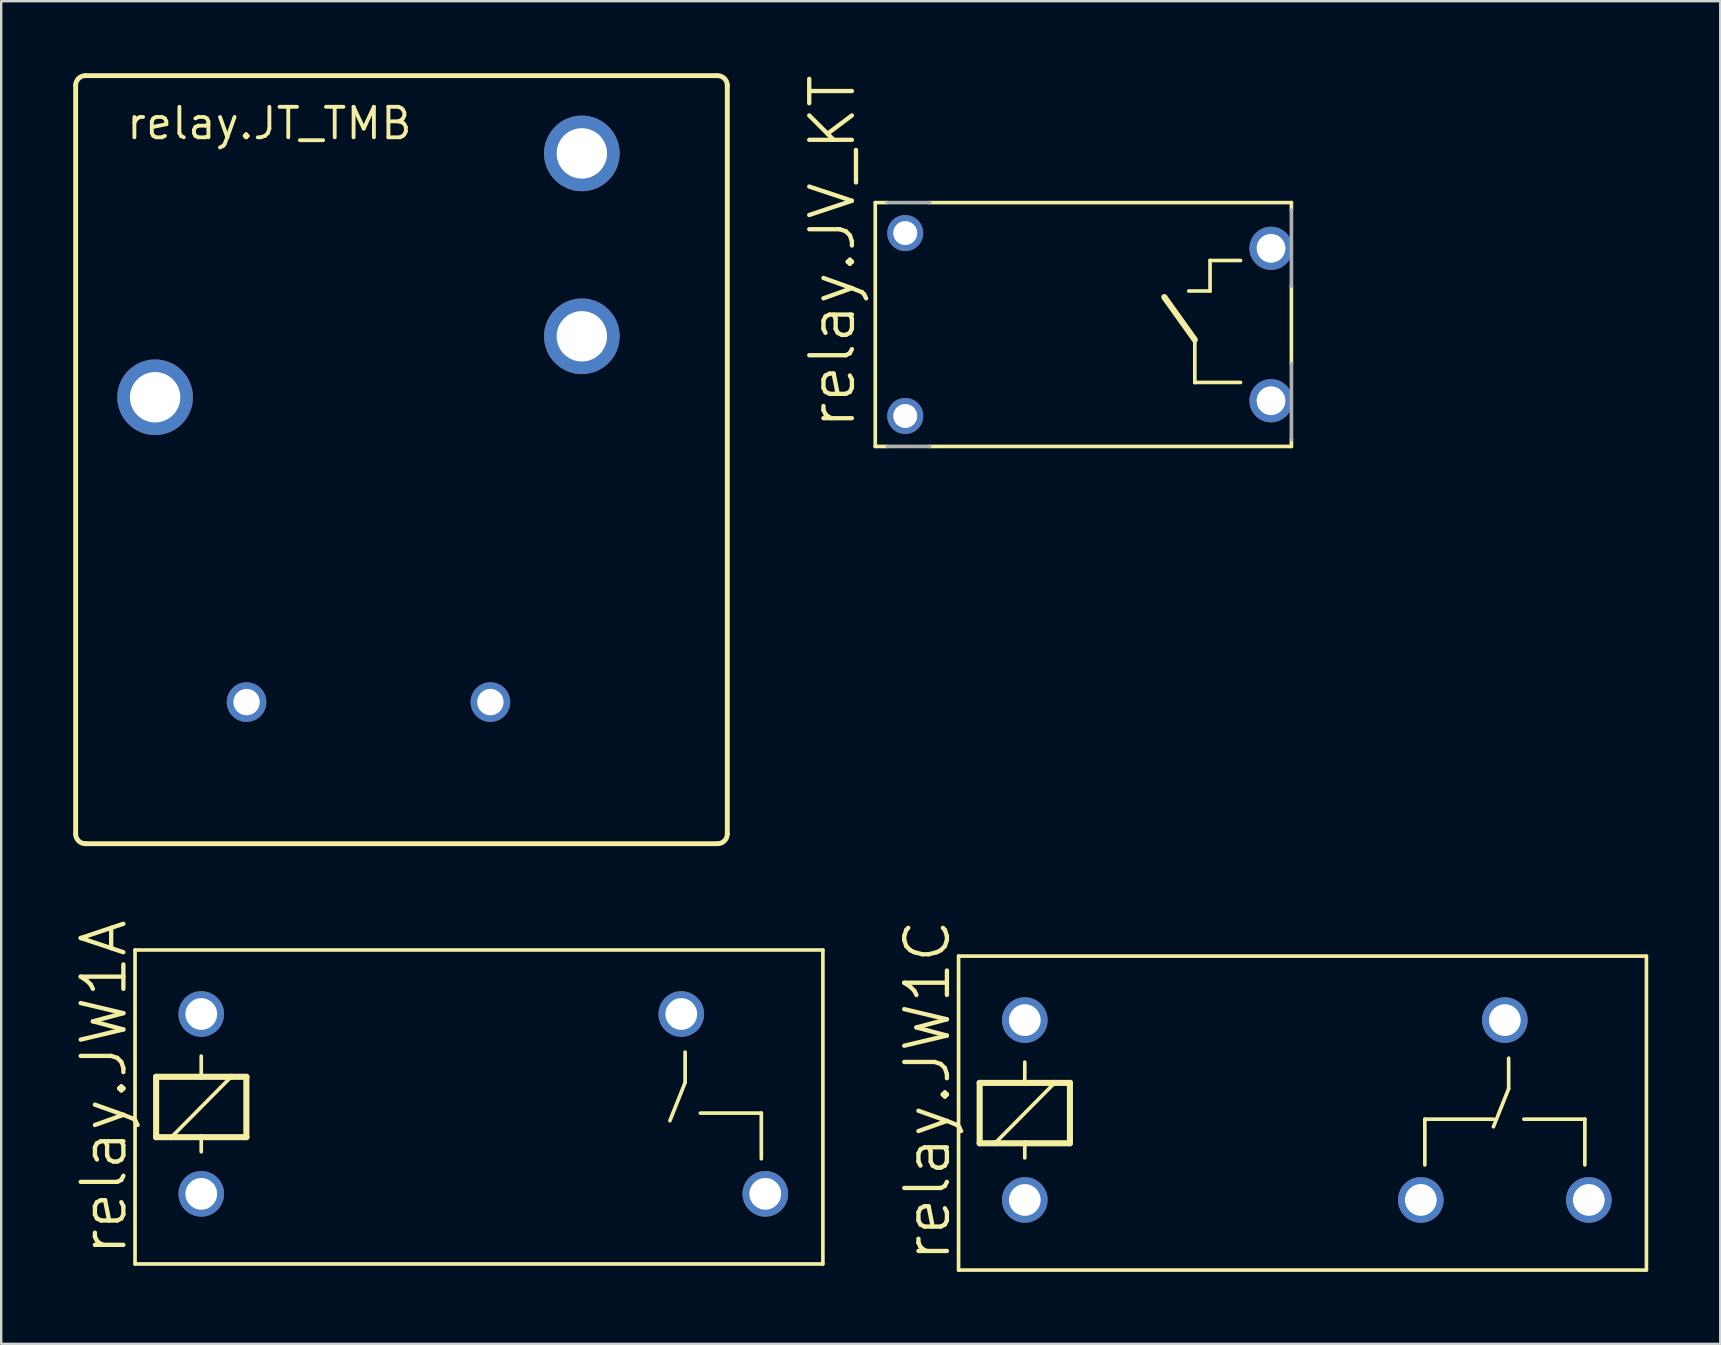
<source format=kicad_pcb>
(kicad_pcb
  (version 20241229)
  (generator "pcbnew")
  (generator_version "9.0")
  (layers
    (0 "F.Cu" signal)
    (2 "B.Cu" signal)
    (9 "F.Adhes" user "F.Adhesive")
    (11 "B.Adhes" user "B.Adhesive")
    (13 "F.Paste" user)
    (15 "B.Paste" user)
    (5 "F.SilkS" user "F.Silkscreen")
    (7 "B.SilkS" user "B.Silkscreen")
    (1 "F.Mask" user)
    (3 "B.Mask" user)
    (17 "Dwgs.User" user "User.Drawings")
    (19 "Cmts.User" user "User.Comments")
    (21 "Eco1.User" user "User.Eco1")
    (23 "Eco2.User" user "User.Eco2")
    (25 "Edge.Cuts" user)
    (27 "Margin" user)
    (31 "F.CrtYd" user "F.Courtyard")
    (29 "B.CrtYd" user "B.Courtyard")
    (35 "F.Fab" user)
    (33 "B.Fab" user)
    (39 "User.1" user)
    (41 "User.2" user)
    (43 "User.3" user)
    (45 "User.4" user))
  (footprint "relay.JT_TMB"
    (layer "F.Cu")
    (at 12.302 26.202)
    (property "Reference" "relay.JT_TMB" (at -10.16 -23.368 0) (layer "F.SilkS") (effects (font (size 1.27 1.27) (thickness 0.16)) (justify left bottom)))
    (attr through_hole)
    (fp_line (start -12.2 5.494) (end -12.2 -25.694) (stroke (width 0.203) (type default)) (layer "F.SilkS"))
    (fp_line (start -11.794 -26.1) (end 14.544 -26.1) (stroke (width 0.203) (type default)) (layer "F.SilkS"))
    (fp_line (start 14.544 5.9) (end -11.794 5.9) (stroke (width 0.203) (type default)) (layer "F.SilkS"))
    (fp_line (start 14.95 -25.694) (end 14.95 5.494) (stroke (width 0.203) (type default)) (layer "F.SilkS"))
    (fp_arc (start -12.2 -25.6936) (mid -12.080968 -25.980968) (end -11.7936 -26.1) (stroke (width 0.2032) (type default)) (layer "F.SilkS"))
    (fp_arc (start -11.7936 5.9) (mid -12.080968 5.780968) (end -12.2 5.4936) (stroke (width 0.2032) (type default)) (layer "F.SilkS"))
    (fp_arc (start 14.5436 -26.1) (mid 14.830968 -25.980968) (end 14.95 -25.6936) (stroke (width 0.2032) (type default)) (layer "F.SilkS"))
    (fp_arc (start 14.95 5.4936) (mid 14.830968 5.780968) (end 14.5436 5.9) (stroke (width 0.2032) (type default)) (layer "F.SilkS"))
    (pad "1" thru_hole circle (at 5.08 0 180) (size 1.65 1.65) (drill 1.1) (layers "*.Cu" "*.Mask"))
    (pad "2" thru_hole circle (at -5.08 0 180) (size 1.65 1.65) (drill 1.1) (layers "*.Cu" "*.Mask"))
    (pad "C" thru_hole circle (at -8.89 -12.7 180) (size 3.15 3.15) (drill 2.1) (layers "*.Cu" "*.Mask"))
    (pad "NC" thru_hole circle (at 8.89 -22.86 180) (size 3.15 3.15) (drill 2.1) (layers "*.Cu" "*.Mask"))
    (pad "NO" thru_hole circle (at 8.89 -15.24 180) (size 3.15 3.15) (drill 2.1) (layers "*.Cu" "*.Mask")))
  (footprint "relay.JW1A"
    (layer "F.Cu")
    (at 15.335 43.008)
    (property "Reference" "relay.JW1A" (at -13.018 6.35 90) (layer "F.SilkS") (effects (font (size 1.778 1.778) (thickness 0.18)) (justify left bottom)))
    (attr through_hole)
    (fp_line (start -12.759 6.604) (end -12.759 -6.477) (stroke (width 0.152) (type default)) (layer "F.SilkS"))
    (fp_line (start -12.759 6.604) (end 15.9 6.604) (stroke (width 0.152) (type default)) (layer "F.SilkS"))
    (fp_line (start -11.88 -1.194) (end -10 -1.194) (stroke (width 0.254) (type default)) (layer "F.SilkS"))
    (fp_line (start -11.88 1.321) (end -11.88 -1.194) (stroke (width 0.254) (type default)) (layer "F.SilkS"))
    (fp_line (start -11.245 1.321) (end -11.88 1.321) (stroke (width 0.254) (type default)) (layer "F.SilkS"))
    (fp_line (start -10 -2.057) (end -10 -1.194) (stroke (width 0.152) (type default)) (layer "F.SilkS"))
    (fp_line (start -10 -1.194) (end -8.755 -1.194) (stroke (width 0.254) (type default)) (layer "F.SilkS"))
    (fp_line (start -10 1.321) (end -11.245 1.321) (stroke (width 0.254) (type default)) (layer "F.SilkS"))
    (fp_line (start -10 1.321) (end -10 1.93) (stroke (width 0.152) (type default)) (layer "F.SilkS"))
    (fp_line (start -8.755 -1.194) (end -11.245 1.321) (stroke (width 0.152) (type default)) (layer "F.SilkS"))
    (fp_line (start -8.755 -1.194) (end -8.12 -1.194) (stroke (width 0.254) (type default)) (layer "F.SilkS"))
    (fp_line (start -8.12 -1.194) (end -8.12 1.321) (stroke (width 0.254) (type default)) (layer "F.SilkS"))
    (fp_line (start -8.12 1.321) (end -10 1.321) (stroke (width 0.254) (type default)) (layer "F.SilkS"))
    (fp_line (start 9.525 0.635) (end 10.16 -0.953) (stroke (width 0.152) (type default)) (layer "F.SilkS"))
    (fp_line (start 10.16 -2.223) (end 10.16 -0.953) (stroke (width 0.152) (type default)) (layer "F.SilkS"))
    (fp_line (start 10.795 0.318) (end 13.335 0.318) (stroke (width 0.152) (type default)) (layer "F.SilkS"))
    (fp_line (start 13.335 0.318) (end 13.335 2.223) (stroke (width 0.152) (type default)) (layer "F.SilkS"))
    (fp_line (start 15.9 -6.477) (end -12.759 -6.477) (stroke (width 0.152) (type default)) (layer "F.SilkS"))
    (fp_line (start 15.9 -6.477) (end 15.9 6.604) (stroke (width 0.152) (type default)) (layer "F.SilkS"))
    (pad "1" thru_hole circle (at -10 3.683) (size 1.9 1.9) (drill 1.321) (layers "*.Cu" "*.Mask"))
    (pad "4" thru_hole circle (at 13.5 3.683) (size 1.9 1.9) (drill 1.321) (layers "*.Cu" "*.Mask"))
    (pad "6" thru_hole circle (at 10 -3.81) (size 1.9 1.9) (drill 1.321) (layers "*.Cu" "*.Mask"))
    (pad "8" thru_hole circle (at -10 -3.81) (size 1.9 1.9) (drill 1.321) (layers "*.Cu" "*.Mask")))
  (footprint "relay.JV_KT"
    (layer "F.Cu")
    (at 42.286 10.471)
    (property "Reference" "relay.JV_KT" (at -9.615 4.445 90) (layer "F.SilkS") (effects (font (size 1.778 1.778) (thickness 0.18)) (justify left bottom)))
    (attr through_hole)
    (fp_line (start -8.869 -5.08) (end -8.361 -5.08) (stroke (width 0.152) (type default)) (layer "F.SilkS"))
    (fp_line (start -8.869 5.08) (end -8.869 -5.08) (stroke (width 0.152) (type default)) (layer "F.SilkS"))
    (fp_line (start -8.361 5.08) (end -8.869 5.08) (stroke (width 0.152) (type default)) (layer "F.SilkS"))
    (fp_line (start -6.604 5.08) (end 8.469 5.08) (stroke (width 0.152) (type default)) (layer "F.SilkS"))
    (fp_line (start 4.445 0.635) (end 3.175 -1.143) (stroke (width 0.254) (type default)) (layer "F.SilkS"))
    (fp_line (start 4.445 2.419) (end 4.445 0.635) (stroke (width 0.152) (type default)) (layer "F.SilkS"))
    (fp_line (start 5.08 -2.669) (end 5.08 -1.397) (stroke (width 0.152) (type default)) (layer "F.SilkS"))
    (fp_line (start 5.08 -1.397) (end 4.191 -1.397) (stroke (width 0.152) (type default)) (layer "F.SilkS"))
    (fp_line (start 6.35 -2.667) (end 5.076 -2.667) (stroke (width 0.152) (type default)) (layer "F.SilkS"))
    (fp_line (start 6.35 2.413) (end 4.441 2.413) (stroke (width 0.152) (type default)) (layer "F.SilkS"))
    (fp_line (start 8.469 -5.08) (end -6.604 -5.08) (stroke (width 0.152) (type default)) (layer "F.SilkS"))
    (fp_line (start 8.469 -5.08) (end 8.469 -4.755) (stroke (width 0.152) (type default)) (layer "F.SilkS"))
    (fp_line (start 8.469 -1.62) (end 8.469 1.645) (stroke (width 0.152) (type default)) (layer "F.SilkS"))
    (fp_line (start 8.469 4.78) (end 8.469 5.08) (stroke (width 0.152) (type default)) (layer "F.SilkS"))
    (fp_line (start -6.604 -5.08) (end -8.361 -5.08) (stroke (width 0.152) (type default)) (layer "F.Fab"))
    (fp_line (start -6.604 5.08) (end -8.361 5.08) (stroke (width 0.152) (type default)) (layer "F.Fab"))
    (fp_line (start 8.469 -1.604) (end 8.469 -4.771) (stroke (width 0.152) (type default)) (layer "F.Fab"))
    (fp_line (start 8.469 4.796) (end 8.469 1.629) (stroke (width 0.152) (type default)) (layer "F.Fab"))
    (pad "1" thru_hole circle (at -7.62 3.81 90) (size 1.5 1.5) (drill 1) (layers "*.Cu" "*.Mask"))
    (pad "2" thru_hole circle (at 7.62 3.175 90) (size 1.8 1.8) (drill 1.2) (layers "*.Cu" "*.Mask"))
    (pad "3" thru_hole circle (at 7.62 -3.175 90) (size 1.8 1.8) (drill 1.2) (layers "*.Cu" "*.Mask"))
    (pad "4" thru_hole circle (at -7.62 -3.81 90) (size 1.5 1.5) (drill 1) (layers "*.Cu" "*.Mask")))
  (footprint "relay.JW1C"
    (layer "F.Cu")
    (at 49.647 43.262)
    (property "Reference" "relay.JW1C" (at -13.018 6.35 90) (layer "F.SilkS") (effects (font (size 1.778 1.778) (thickness 0.18)) (justify left bottom)))
    (attr through_hole)
    (fp_line (start -12.759 6.604) (end -12.759 -6.477) (stroke (width 0.152) (type default)) (layer "F.SilkS"))
    (fp_line (start -12.759 6.604) (end 15.9 6.604) (stroke (width 0.152) (type default)) (layer "F.SilkS"))
    (fp_line (start -11.88 -1.194) (end -10 -1.194) (stroke (width 0.254) (type default)) (layer "F.SilkS"))
    (fp_line (start -11.88 1.321) (end -11.88 -1.194) (stroke (width 0.254) (type default)) (layer "F.SilkS"))
    (fp_line (start -11.245 1.321) (end -11.88 1.321) (stroke (width 0.254) (type default)) (layer "F.SilkS"))
    (fp_line (start -10 -2.057) (end -10 -1.194) (stroke (width 0.152) (type default)) (layer "F.SilkS"))
    (fp_line (start -10 -1.194) (end -8.755 -1.194) (stroke (width 0.254) (type default)) (layer "F.SilkS"))
    (fp_line (start -10 1.321) (end -11.245 1.321) (stroke (width 0.254) (type default)) (layer "F.SilkS"))
    (fp_line (start -10 1.321) (end -10 1.93) (stroke (width 0.152) (type default)) (layer "F.SilkS"))
    (fp_line (start -8.755 -1.194) (end -11.245 1.321) (stroke (width 0.152) (type default)) (layer "F.SilkS"))
    (fp_line (start -8.755 -1.194) (end -8.12 -1.194) (stroke (width 0.254) (type default)) (layer "F.SilkS"))
    (fp_line (start -8.12 -1.194) (end -8.12 1.321) (stroke (width 0.254) (type default)) (layer "F.SilkS"))
    (fp_line (start -8.12 1.321) (end -10 1.321) (stroke (width 0.254) (type default)) (layer "F.SilkS"))
    (fp_line (start 6.668 0.318) (end 6.668 2.223) (stroke (width 0.152) (type default)) (layer "F.SilkS"))
    (fp_line (start 6.668 0.318) (end 9.525 0.318) (stroke (width 0.152) (type default)) (layer "F.SilkS"))
    (fp_line (start 9.525 0.635) (end 10.16 -0.953) (stroke (width 0.152) (type default)) (layer "F.SilkS"))
    (fp_line (start 10.16 -2.223) (end 10.16 -0.953) (stroke (width 0.152) (type default)) (layer "F.SilkS"))
    (fp_line (start 10.795 0.318) (end 13.335 0.318) (stroke (width 0.152) (type default)) (layer "F.SilkS"))
    (fp_line (start 13.335 0.318) (end 13.335 2.223) (stroke (width 0.152) (type default)) (layer "F.SilkS"))
    (fp_line (start 15.9 -6.477) (end -12.759 -6.477) (stroke (width 0.152) (type default)) (layer "F.SilkS"))
    (fp_line (start 15.9 -6.477) (end 15.9 6.604) (stroke (width 0.152) (type default)) (layer "F.SilkS"))
    (pad "1" thru_hole circle (at -10 3.683) (size 1.9 1.9) (drill 1.321) (layers "*.Cu" "*.Mask"))
    (pad "2" thru_hole circle (at 6.5 3.683) (size 1.9 1.9) (drill 1.321) (layers "*.Cu" "*.Mask"))
    (pad "4" thru_hole circle (at 13.5 3.683) (size 1.9 1.9) (drill 1.321) (layers "*.Cu" "*.Mask"))
    (pad "6" thru_hole circle (at 10 -3.81) (size 1.9 1.9) (drill 1.321) (layers "*.Cu" "*.Mask"))
    (pad "8" thru_hole circle (at -10 -3.81) (size 1.9 1.9) (drill 1.321) (layers "*.Cu" "*.Mask")))
  (gr_rect
    (start -3 -3)
    (end 68.623 52.942)
    (stroke (width 0.1) (type default))
    (fill no)
    (layer "Edge.Cuts")))
</source>
